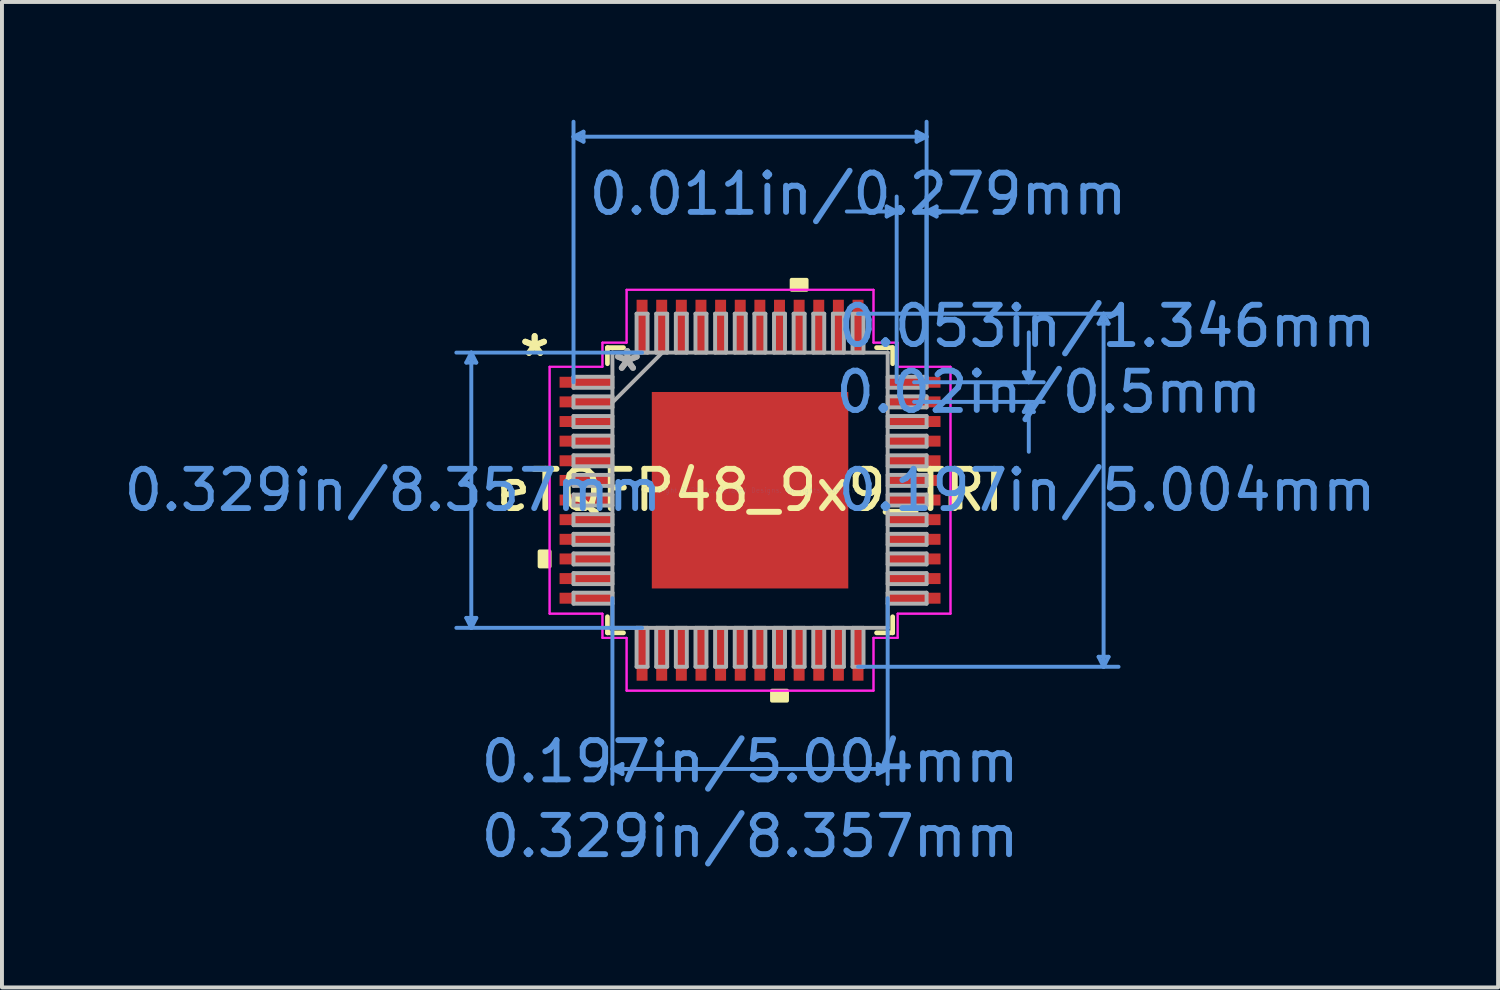
<source format=kicad_pcb>
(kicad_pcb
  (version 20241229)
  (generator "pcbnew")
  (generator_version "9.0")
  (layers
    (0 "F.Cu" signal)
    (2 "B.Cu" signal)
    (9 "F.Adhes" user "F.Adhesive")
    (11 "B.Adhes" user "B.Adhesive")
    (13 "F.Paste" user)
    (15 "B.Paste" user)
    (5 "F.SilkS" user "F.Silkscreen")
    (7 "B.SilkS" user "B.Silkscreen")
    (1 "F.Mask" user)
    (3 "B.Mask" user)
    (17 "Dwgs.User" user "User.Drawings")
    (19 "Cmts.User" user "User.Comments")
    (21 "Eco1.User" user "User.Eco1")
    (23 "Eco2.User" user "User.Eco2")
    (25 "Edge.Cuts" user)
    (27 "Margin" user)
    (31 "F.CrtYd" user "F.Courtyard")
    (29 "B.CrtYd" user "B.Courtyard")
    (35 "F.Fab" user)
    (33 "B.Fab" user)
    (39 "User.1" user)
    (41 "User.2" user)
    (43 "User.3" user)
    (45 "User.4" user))
  (footprint "eTQFP48_9x9_TRI"
    (layer "F.Cu")
    (at 16.052 9.435)
    (property "Reference" "eTQFP48_9x9_TRI" (at 0 0 0) (layer "F.SilkS") (effects (font (size 1 1) (thickness 0.15))))
    (attr through_hole)
    (fp_line (start -3.632 -3.632) (end -3.632 -3.222) (stroke (width 0.12) (type solid)) (layer "F.SilkS"))
    (fp_line (start -3.632 3.222) (end -3.632 3.632) (stroke (width 0.12) (type solid)) (layer "F.SilkS"))
    (fp_line (start -3.632 3.632) (end -3.222 3.632) (stroke (width 0.12) (type solid)) (layer "F.SilkS"))
    (fp_line (start -3.222 -3.632) (end -3.632 -3.632) (stroke (width 0.12) (type solid)) (layer "F.SilkS"))
    (fp_line (start 3.222 3.632) (end 3.632 3.632) (stroke (width 0.12) (type solid)) (layer "F.SilkS"))
    (fp_line (start 3.632 -3.632) (end 3.222 -3.632) (stroke (width 0.12) (type solid)) (layer "F.SilkS"))
    (fp_line (start 3.632 -3.222) (end 3.632 -3.632) (stroke (width 0.12) (type solid)) (layer "F.SilkS"))
    (fp_line (start 3.632 3.632) (end 3.632 3.222) (stroke (width 0.12) (type solid)) (layer "F.SilkS"))
    (fp_poly (pts (xy -5.359 1.559) (xy -5.359 1.94) (xy -5.105 1.94) (xy -5.105 1.559)) (stroke (width 0.1) (type solid)) (fill yes) (layer "F.SilkS"))
    (fp_poly (pts (xy 0.56 5.105) (xy 0.56 5.359) (xy 0.941 5.359) (xy 0.941 5.105)) (stroke (width 0.1) (type solid)) (fill yes) (layer "F.SilkS"))
    (fp_poly (pts (xy 1.06 -5.105) (xy 1.06 -5.359) (xy 1.44 -5.359) (xy 1.44 -5.105)) (stroke (width 0.1) (type solid)) (fill yes) (layer "F.SilkS"))
    (fp_poly (pts (xy 5.359 0.059) (xy 5.359 0.441) (xy 5.105 0.441) (xy 5.105 0.059)) (stroke (width 0.1) (type solid)) (fill yes) (layer "F.SilkS"))
    (fp_poly (pts (xy -2.402 -2.402) (xy -2.402 -0.934) (xy -0.934 -0.934) (xy -0.934 -2.402)) (stroke (width 0.1) (type solid)) (fill yes) (layer "F.Paste"))
    (fp_poly (pts (xy -2.402 -0.734) (xy -2.402 0.734) (xy -0.934 0.734) (xy -0.934 -0.734)) (stroke (width 0.1) (type solid)) (fill yes) (layer "F.Paste"))
    (fp_poly (pts (xy -2.402 0.934) (xy -2.402 2.402) (xy -0.934 2.402) (xy -0.934 0.934)) (stroke (width 0.1) (type solid)) (fill yes) (layer "F.Paste"))
    (fp_poly (pts (xy -0.734 -2.402) (xy -0.734 -0.934) (xy 0.734 -0.934) (xy 0.734 -2.402)) (stroke (width 0.1) (type solid)) (fill yes) (layer "F.Paste"))
    (fp_poly (pts (xy -0.734 -0.734) (xy -0.734 0.734) (xy 0.734 0.734) (xy 0.734 -0.734)) (stroke (width 0.1) (type solid)) (fill yes) (layer "F.Paste"))
    (fp_poly (pts (xy -0.734 0.934) (xy -0.734 2.402) (xy 0.734 2.402) (xy 0.734 0.934)) (stroke (width 0.1) (type solid)) (fill yes) (layer "F.Paste"))
    (fp_poly (pts (xy 0.934 -2.402) (xy 0.934 -0.934) (xy 2.402 -0.934) (xy 2.402 -2.402)) (stroke (width 0.1) (type solid)) (fill yes) (layer "F.Paste"))
    (fp_poly (pts (xy 0.934 -0.734) (xy 0.934 0.734) (xy 2.402 0.734) (xy 2.402 -0.734)) (stroke (width 0.1) (type solid)) (fill yes) (layer "F.Paste"))
    (fp_poly (pts (xy 0.934 0.934) (xy 0.934 2.402) (xy 2.402 2.402) (xy 2.402 0.934)) (stroke (width 0.1) (type solid)) (fill yes) (layer "F.Paste"))
    (fp_line (start -7.226 -3.251) (end -6.972 -3.251) (stroke (width 0.1) (type solid)) (layer "Cmts.User"))
    (fp_line (start -7.226 3.251) (end -6.972 3.251) (stroke (width 0.1) (type solid)) (layer "Cmts.User"))
    (fp_line (start -7.099 -3.505) (end -7.226 -3.251) (stroke (width 0.1) (type solid)) (layer "Cmts.User"))
    (fp_line (start -7.099 -3.505) (end -7.099 3.505) (stroke (width 0.1) (type solid)) (layer "Cmts.User"))
    (fp_line (start -7.099 -3.505) (end -6.972 -3.251) (stroke (width 0.1) (type solid)) (layer "Cmts.User"))
    (fp_line (start -7.099 3.505) (end -7.226 3.251) (stroke (width 0.1) (type solid)) (layer "Cmts.User"))
    (fp_line (start -7.099 3.505) (end -6.972 3.251) (stroke (width 0.1) (type solid)) (layer "Cmts.User"))
    (fp_line (start -4.496 -9.004) (end -4.242 -9.131) (stroke (width 0.1) (type solid)) (layer "Cmts.User"))
    (fp_line (start -4.496 -9.004) (end -4.242 -8.877) (stroke (width 0.1) (type solid)) (layer "Cmts.User"))
    (fp_line (start -4.496 -9.004) (end 4.496 -9.004) (stroke (width 0.1) (type solid)) (layer "Cmts.User"))
    (fp_line (start -4.496 -2.75) (end -4.496 -9.385) (stroke (width 0.1) (type solid)) (layer "Cmts.User"))
    (fp_line (start -4.242 -9.131) (end -4.242 -8.877) (stroke (width 0.1) (type solid)) (layer "Cmts.User"))
    (fp_line (start -3.505 2.75) (end -3.505 7.48) (stroke (width 0.1) (type solid)) (layer "Cmts.User"))
    (fp_line (start -3.505 7.099) (end -3.251 6.972) (stroke (width 0.1) (type solid)) (layer "Cmts.User"))
    (fp_line (start -3.505 7.099) (end -3.251 7.226) (stroke (width 0.1) (type solid)) (layer "Cmts.User"))
    (fp_line (start -3.505 7.099) (end 3.505 7.099) (stroke (width 0.1) (type solid)) (layer "Cmts.User"))
    (fp_line (start -3.251 6.972) (end -3.251 7.226) (stroke (width 0.1) (type solid)) (layer "Cmts.User"))
    (fp_line (start -2.75 -3.505) (end -7.48 -3.505) (stroke (width 0.1) (type solid)) (layer "Cmts.User"))
    (fp_line (start -2.75 3.505) (end -7.48 3.505) (stroke (width 0.1) (type solid)) (layer "Cmts.User"))
    (fp_line (start 2.75 -4.496) (end 9.385 -4.496) (stroke (width 0.1) (type solid)) (layer "Cmts.User"))
    (fp_line (start 2.75 4.496) (end 9.385 4.496) (stroke (width 0.1) (type solid)) (layer "Cmts.User"))
    (fp_line (start 3.251 6.972) (end 3.251 7.226) (stroke (width 0.1) (type solid)) (layer "Cmts.User"))
    (fp_line (start 3.48 -7.226) (end 3.48 -6.972) (stroke (width 0.1) (type solid)) (layer "Cmts.User"))
    (fp_line (start 3.505 2.75) (end 3.505 7.48) (stroke (width 0.1) (type solid)) (layer "Cmts.User"))
    (fp_line (start 3.505 7.099) (end 3.251 6.972) (stroke (width 0.1) (type solid)) (layer "Cmts.User"))
    (fp_line (start 3.505 7.099) (end 3.251 7.226) (stroke (width 0.1) (type solid)) (layer "Cmts.User"))
    (fp_line (start 3.734 -7.099) (end 2.464 -7.099) (stroke (width 0.1) (type solid)) (layer "Cmts.User"))
    (fp_line (start 3.734 -7.099) (end 3.48 -7.226) (stroke (width 0.1) (type solid)) (layer "Cmts.User"))
    (fp_line (start 3.734 -7.099) (end 3.48 -6.972) (stroke (width 0.1) (type solid)) (layer "Cmts.User"))
    (fp_line (start 3.734 -2.75) (end 3.734 -7.48) (stroke (width 0.1) (type solid)) (layer "Cmts.User"))
    (fp_line (start 4.178 -2.75) (end 7.48 -2.75) (stroke (width 0.1) (type solid)) (layer "Cmts.User"))
    (fp_line (start 4.178 -2.25) (end 7.48 -2.25) (stroke (width 0.1) (type solid)) (layer "Cmts.User"))
    (fp_line (start 4.242 -9.131) (end 4.242 -8.877) (stroke (width 0.1) (type solid)) (layer "Cmts.User"))
    (fp_line (start 4.496 -9.004) (end 4.242 -9.131) (stroke (width 0.1) (type solid)) (layer "Cmts.User"))
    (fp_line (start 4.496 -9.004) (end 4.242 -8.877) (stroke (width 0.1) (type solid)) (layer "Cmts.User"))
    (fp_line (start 4.496 -7.099) (end 4.75 -7.226) (stroke (width 0.1) (type solid)) (layer "Cmts.User"))
    (fp_line (start 4.496 -7.099) (end 4.75 -6.972) (stroke (width 0.1) (type solid)) (layer "Cmts.User"))
    (fp_line (start 4.496 -7.099) (end 5.766 -7.099) (stroke (width 0.1) (type solid)) (layer "Cmts.User"))
    (fp_line (start 4.496 -2.75) (end 4.496 -9.385) (stroke (width 0.1) (type solid)) (layer "Cmts.User"))
    (fp_line (start 4.496 -2.75) (end 4.496 -7.48) (stroke (width 0.1) (type solid)) (layer "Cmts.User"))
    (fp_line (start 4.75 -7.226) (end 4.75 -6.972) (stroke (width 0.1) (type solid)) (layer "Cmts.User"))
    (fp_line (start 6.972 -3.004) (end 7.226 -3.004) (stroke (width 0.1) (type solid)) (layer "Cmts.User"))
    (fp_line (start 6.972 -1.996) (end 7.226 -1.996) (stroke (width 0.1) (type solid)) (layer "Cmts.User"))
    (fp_line (start 7.099 -2.75) (end 6.972 -3.004) (stroke (width 0.1) (type solid)) (layer "Cmts.User"))
    (fp_line (start 7.099 -2.75) (end 7.099 -4.02) (stroke (width 0.1) (type solid)) (layer "Cmts.User"))
    (fp_line (start 7.099 -2.75) (end 7.226 -3.004) (stroke (width 0.1) (type solid)) (layer "Cmts.User"))
    (fp_line (start 7.099 -2.25) (end 6.972 -1.996) (stroke (width 0.1) (type solid)) (layer "Cmts.User"))
    (fp_line (start 7.099 -2.25) (end 7.099 -0.98) (stroke (width 0.1) (type solid)) (layer "Cmts.User"))
    (fp_line (start 7.099 -2.25) (end 7.226 -1.996) (stroke (width 0.1) (type solid)) (layer "Cmts.User"))
    (fp_line (start 8.877 -4.242) (end 9.131 -4.242) (stroke (width 0.1) (type solid)) (layer "Cmts.User"))
    (fp_line (start 8.877 4.242) (end 9.131 4.242) (stroke (width 0.1) (type solid)) (layer "Cmts.User"))
    (fp_line (start 9.004 -4.496) (end 8.877 -4.242) (stroke (width 0.1) (type solid)) (layer "Cmts.User"))
    (fp_line (start 9.004 -4.496) (end 9.004 4.496) (stroke (width 0.1) (type solid)) (layer "Cmts.User"))
    (fp_line (start 9.004 -4.496) (end 9.131 -4.242) (stroke (width 0.1) (type solid)) (layer "Cmts.User"))
    (fp_line (start 9.004 4.496) (end 8.877 4.242) (stroke (width 0.1) (type solid)) (layer "Cmts.User"))
    (fp_line (start 9.004 4.496) (end 9.131 4.242) (stroke (width 0.1) (type solid)) (layer "Cmts.User"))
    (fp_line (start -5.105 -3.144) (end -3.759 -3.144) (stroke (width 0.05) (type solid)) (layer "F.CrtYd"))
    (fp_line (start -5.105 -3.144) (end -3.759 -3.144) (stroke (width 0.05) (type solid)) (layer "F.CrtYd"))
    (fp_line (start -5.105 3.144) (end -5.105 -3.144) (stroke (width 0.05) (type solid)) (layer "F.CrtYd"))
    (fp_line (start -5.105 3.144) (end -5.105 -3.144) (stroke (width 0.05) (type solid)) (layer "F.CrtYd"))
    (fp_line (start -3.759 -3.759) (end -3.144 -3.759) (stroke (width 0.05) (type solid)) (layer "F.CrtYd"))
    (fp_line (start -3.759 -3.759) (end -3.144 -3.759) (stroke (width 0.05) (type solid)) (layer "F.CrtYd"))
    (fp_line (start -3.759 -3.144) (end -3.759 -3.759) (stroke (width 0.05) (type solid)) (layer "F.CrtYd"))
    (fp_line (start -3.759 -3.144) (end -3.759 -3.759) (stroke (width 0.05) (type solid)) (layer "F.CrtYd"))
    (fp_line (start -3.759 3.144) (end -5.105 3.144) (stroke (width 0.05) (type solid)) (layer "F.CrtYd"))
    (fp_line (start -3.759 3.144) (end -5.105 3.144) (stroke (width 0.05) (type solid)) (layer "F.CrtYd"))
    (fp_line (start -3.759 3.759) (end -3.759 3.144) (stroke (width 0.05) (type solid)) (layer "F.CrtYd"))
    (fp_line (start -3.759 3.759) (end -3.759 3.144) (stroke (width 0.05) (type solid)) (layer "F.CrtYd"))
    (fp_line (start -3.759 3.759) (end -3.144 3.759) (stroke (width 0.05) (type solid)) (layer "F.CrtYd"))
    (fp_line (start -3.144 -5.105) (end 3.144 -5.105) (stroke (width 0.05) (type solid)) (layer "F.CrtYd"))
    (fp_line (start -3.144 -5.105) (end 3.144 -5.105) (stroke (width 0.05) (type solid)) (layer "F.CrtYd"))
    (fp_line (start -3.144 -3.759) (end -3.144 -5.105) (stroke (width 0.05) (type solid)) (layer "F.CrtYd"))
    (fp_line (start -3.144 -3.759) (end -3.144 -5.105) (stroke (width 0.05) (type solid)) (layer "F.CrtYd"))
    (fp_line (start -3.144 3.759) (end -3.759 3.759) (stroke (width 0.05) (type solid)) (layer "F.CrtYd"))
    (fp_line (start -3.144 3.759) (end -3.144 5.105) (stroke (width 0.05) (type solid)) (layer "F.CrtYd"))
    (fp_line (start -3.144 5.105) (end -3.144 3.759) (stroke (width 0.05) (type solid)) (layer "F.CrtYd"))
    (fp_line (start -3.144 5.105) (end 3.144 5.105) (stroke (width 0.05) (type solid)) (layer "F.CrtYd"))
    (fp_line (start 3.144 -5.105) (end 3.144 -3.759) (stroke (width 0.05) (type solid)) (layer "F.CrtYd"))
    (fp_line (start 3.144 -5.105) (end 3.144 -3.759) (stroke (width 0.05) (type solid)) (layer "F.CrtYd"))
    (fp_line (start 3.144 -3.759) (end 3.759 -3.759) (stroke (width 0.05) (type solid)) (layer "F.CrtYd"))
    (fp_line (start 3.144 -3.759) (end 3.759 -3.759) (stroke (width 0.05) (type solid)) (layer "F.CrtYd"))
    (fp_line (start 3.144 3.759) (end 3.144 5.105) (stroke (width 0.05) (type solid)) (layer "F.CrtYd"))
    (fp_line (start 3.144 3.759) (end 3.759 3.759) (stroke (width 0.05) (type solid)) (layer "F.CrtYd"))
    (fp_line (start 3.144 5.105) (end -3.144 5.105) (stroke (width 0.05) (type solid)) (layer "F.CrtYd"))
    (fp_line (start 3.144 5.105) (end 3.144 3.759) (stroke (width 0.05) (type solid)) (layer "F.CrtYd"))
    (fp_line (start 3.759 -3.759) (end 3.759 -3.144) (stroke (width 0.05) (type solid)) (layer "F.CrtYd"))
    (fp_line (start 3.759 -3.144) (end 3.759 -3.759) (stroke (width 0.05) (type solid)) (layer "F.CrtYd"))
    (fp_line (start 3.759 -3.144) (end 5.105 -3.144) (stroke (width 0.05) (type solid)) (layer "F.CrtYd"))
    (fp_line (start 3.759 3.144) (end 3.759 3.759) (stroke (width 0.05) (type solid)) (layer "F.CrtYd"))
    (fp_line (start 3.759 3.144) (end 5.105 3.144) (stroke (width 0.05) (type solid)) (layer "F.CrtYd"))
    (fp_line (start 3.759 3.759) (end 3.144 3.759) (stroke (width 0.05) (type solid)) (layer "F.CrtYd"))
    (fp_line (start 3.759 3.759) (end 3.759 3.144) (stroke (width 0.05) (type solid)) (layer "F.CrtYd"))
    (fp_line (start 5.105 -3.144) (end 3.759 -3.144) (stroke (width 0.05) (type solid)) (layer "F.CrtYd"))
    (fp_line (start 5.105 -3.144) (end 5.105 3.144) (stroke (width 0.05) (type solid)) (layer "F.CrtYd"))
    (fp_line (start 5.105 3.144) (end 3.759 3.144) (stroke (width 0.05) (type solid)) (layer "F.CrtYd"))
    (fp_line (start 5.105 3.144) (end 5.105 -3.144) (stroke (width 0.05) (type solid)) (layer "F.CrtYd"))
    (fp_line (start -4.496 -2.89) (end -4.496 -2.61) (stroke (width 0.1) (type solid)) (layer "F.Fab"))
    (fp_line (start -4.496 -2.61) (end -3.505 -2.61) (stroke (width 0.1) (type solid)) (layer "F.Fab"))
    (fp_line (start -4.496 -2.39) (end -4.496 -2.11) (stroke (width 0.1) (type solid)) (layer "F.Fab"))
    (fp_line (start -4.496 -2.11) (end -3.505 -2.11) (stroke (width 0.1) (type solid)) (layer "F.Fab"))
    (fp_line (start -4.496 -1.89) (end -4.496 -1.61) (stroke (width 0.1) (type solid)) (layer "F.Fab"))
    (fp_line (start -4.496 -1.61) (end -3.505 -1.61) (stroke (width 0.1) (type solid)) (layer "F.Fab"))
    (fp_line (start -4.496 -1.39) (end -4.496 -1.11) (stroke (width 0.1) (type solid)) (layer "F.Fab"))
    (fp_line (start -4.496 -1.11) (end -3.505 -1.11) (stroke (width 0.1) (type solid)) (layer "F.Fab"))
    (fp_line (start -4.496 -0.89) (end -4.496 -0.61) (stroke (width 0.1) (type solid)) (layer "F.Fab"))
    (fp_line (start -4.496 -0.61) (end -3.505 -0.61) (stroke (width 0.1) (type solid)) (layer "F.Fab"))
    (fp_line (start -4.496 -0.39) (end -4.496 -0.11) (stroke (width 0.1) (type solid)) (layer "F.Fab"))
    (fp_line (start -4.496 -0.11) (end -3.505 -0.11) (stroke (width 0.1) (type solid)) (layer "F.Fab"))
    (fp_line (start -4.496 0.11) (end -4.496 0.39) (stroke (width 0.1) (type solid)) (layer "F.Fab"))
    (fp_line (start -4.496 0.39) (end -3.505 0.39) (stroke (width 0.1) (type solid)) (layer "F.Fab"))
    (fp_line (start -4.496 0.61) (end -4.496 0.89) (stroke (width 0.1) (type solid)) (layer "F.Fab"))
    (fp_line (start -4.496 0.89) (end -3.505 0.89) (stroke (width 0.1) (type solid)) (layer "F.Fab"))
    (fp_line (start -4.496 1.11) (end -4.496 1.39) (stroke (width 0.1) (type solid)) (layer "F.Fab"))
    (fp_line (start -4.496 1.39) (end -3.505 1.39) (stroke (width 0.1) (type solid)) (layer "F.Fab"))
    (fp_line (start -4.496 1.61) (end -4.496 1.89) (stroke (width 0.1) (type solid)) (layer "F.Fab"))
    (fp_line (start -4.496 1.89) (end -3.505 1.89) (stroke (width 0.1) (type solid)) (layer "F.Fab"))
    (fp_line (start -4.496 2.11) (end -4.496 2.39) (stroke (width 0.1) (type solid)) (layer "F.Fab"))
    (fp_line (start -4.496 2.39) (end -3.505 2.39) (stroke (width 0.1) (type solid)) (layer "F.Fab"))
    (fp_line (start -4.496 2.61) (end -4.496 2.89) (stroke (width 0.1) (type solid)) (layer "F.Fab"))
    (fp_line (start -4.496 2.89) (end -3.505 2.89) (stroke (width 0.1) (type solid)) (layer "F.Fab"))
    (fp_line (start -3.505 -3.505) (end -3.505 -3.505) (stroke (width 0.1) (type solid)) (layer "F.Fab"))
    (fp_line (start -3.505 -3.505) (end -3.505 3.505) (stroke (width 0.1) (type solid)) (layer "F.Fab"))
    (fp_line (start -3.505 -2.89) (end -4.496 -2.89) (stroke (width 0.1) (type solid)) (layer "F.Fab"))
    (fp_line (start -3.505 -2.61) (end -3.505 -2.89) (stroke (width 0.1) (type solid)) (layer "F.Fab"))
    (fp_line (start -3.505 -2.39) (end -4.496 -2.39) (stroke (width 0.1) (type solid)) (layer "F.Fab"))
    (fp_line (start -3.505 -2.235) (end -2.235 -3.505) (stroke (width 0.1) (type solid)) (layer "F.Fab"))
    (fp_line (start -3.505 -2.11) (end -3.505 -2.39) (stroke (width 0.1) (type solid)) (layer "F.Fab"))
    (fp_line (start -3.505 -1.89) (end -4.496 -1.89) (stroke (width 0.1) (type solid)) (layer "F.Fab"))
    (fp_line (start -3.505 -1.61) (end -3.505 -1.89) (stroke (width 0.1) (type solid)) (layer "F.Fab"))
    (fp_line (start -3.505 -1.39) (end -4.496 -1.39) (stroke (width 0.1) (type solid)) (layer "F.Fab"))
    (fp_line (start -3.505 -1.11) (end -3.505 -1.39) (stroke (width 0.1) (type solid)) (layer "F.Fab"))
    (fp_line (start -3.505 -0.89) (end -4.496 -0.89) (stroke (width 0.1) (type solid)) (layer "F.Fab"))
    (fp_line (start -3.505 -0.61) (end -3.505 -0.89) (stroke (width 0.1) (type solid)) (layer "F.Fab"))
    (fp_line (start -3.505 -0.39) (end -4.496 -0.39) (stroke (width 0.1) (type solid)) (layer "F.Fab"))
    (fp_line (start -3.505 -0.11) (end -3.505 -0.39) (stroke (width 0.1) (type solid)) (layer "F.Fab"))
    (fp_line (start -3.505 0.11) (end -4.496 0.11) (stroke (width 0.1) (type solid)) (layer "F.Fab"))
    (fp_line (start -3.505 0.39) (end -3.505 0.11) (stroke (width 0.1) (type solid)) (layer "F.Fab"))
    (fp_line (start -3.505 0.61) (end -4.496 0.61) (stroke (width 0.1) (type solid)) (layer "F.Fab"))
    (fp_line (start -3.505 0.89) (end -3.505 0.61) (stroke (width 0.1) (type solid)) (layer "F.Fab"))
    (fp_line (start -3.505 1.11) (end -4.496 1.11) (stroke (width 0.1) (type solid)) (layer "F.Fab"))
    (fp_line (start -3.505 1.39) (end -3.505 1.11) (stroke (width 0.1) (type solid)) (layer "F.Fab"))
    (fp_line (start -3.505 1.61) (end -4.496 1.61) (stroke (width 0.1) (type solid)) (layer "F.Fab"))
    (fp_line (start -3.505 1.89) (end -3.505 1.61) (stroke (width 0.1) (type solid)) (layer "F.Fab"))
    (fp_line (start -3.505 2.11) (end -4.496 2.11) (stroke (width 0.1) (type solid)) (layer "F.Fab"))
    (fp_line (start -3.505 2.39) (end -3.505 2.11) (stroke (width 0.1) (type solid)) (layer "F.Fab"))
    (fp_line (start -3.505 2.61) (end -4.496 2.61) (stroke (width 0.1) (type solid)) (layer "F.Fab"))
    (fp_line (start -3.505 2.89) (end -3.505 2.61) (stroke (width 0.1) (type solid)) (layer "F.Fab"))
    (fp_line (start -3.505 3.505) (end -3.505 3.505) (stroke (width 0.1) (type solid)) (layer "F.Fab"))
    (fp_line (start -3.505 3.505) (end 3.505 3.505) (stroke (width 0.1) (type solid)) (layer "F.Fab"))
    (fp_line (start -2.89 -4.496) (end -2.89 -3.505) (stroke (width 0.1) (type solid)) (layer "F.Fab"))
    (fp_line (start -2.89 -3.505) (end -2.61 -3.505) (stroke (width 0.1) (type solid)) (layer "F.Fab"))
    (fp_line (start -2.89 3.505) (end -2.89 4.496) (stroke (width 0.1) (type solid)) (layer "F.Fab"))
    (fp_line (start -2.89 4.496) (end -2.61 4.496) (stroke (width 0.1) (type solid)) (layer "F.Fab"))
    (fp_line (start -2.61 -4.496) (end -2.89 -4.496) (stroke (width 0.1) (type solid)) (layer "F.Fab"))
    (fp_line (start -2.61 -3.505) (end -2.61 -4.496) (stroke (width 0.1) (type solid)) (layer "F.Fab"))
    (fp_line (start -2.61 3.505) (end -2.89 3.505) (stroke (width 0.1) (type solid)) (layer "F.Fab"))
    (fp_line (start -2.61 4.496) (end -2.61 3.505) (stroke (width 0.1) (type solid)) (layer "F.Fab"))
    (fp_line (start -2.39 -4.496) (end -2.39 -3.505) (stroke (width 0.1) (type solid)) (layer "F.Fab"))
    (fp_line (start -2.39 -3.505) (end -2.11 -3.505) (stroke (width 0.1) (type solid)) (layer "F.Fab"))
    (fp_line (start -2.39 3.505) (end -2.39 4.496) (stroke (width 0.1) (type solid)) (layer "F.Fab"))
    (fp_line (start -2.39 4.496) (end -2.11 4.496) (stroke (width 0.1) (type solid)) (layer "F.Fab"))
    (fp_line (start -2.11 -4.496) (end -2.39 -4.496) (stroke (width 0.1) (type solid)) (layer "F.Fab"))
    (fp_line (start -2.11 -3.505) (end -2.11 -4.496) (stroke (width 0.1) (type solid)) (layer "F.Fab"))
    (fp_line (start -2.11 3.505) (end -2.39 3.505) (stroke (width 0.1) (type solid)) (layer "F.Fab"))
    (fp_line (start -2.11 4.496) (end -2.11 3.505) (stroke (width 0.1) (type solid)) (layer "F.Fab"))
    (fp_line (start -1.89 -4.496) (end -1.89 -3.505) (stroke (width 0.1) (type solid)) (layer "F.Fab"))
    (fp_line (start -1.89 -3.505) (end -1.61 -3.505) (stroke (width 0.1) (type solid)) (layer "F.Fab"))
    (fp_line (start -1.89 3.505) (end -1.89 4.496) (stroke (width 0.1) (type solid)) (layer "F.Fab"))
    (fp_line (start -1.89 4.496) (end -1.61 4.496) (stroke (width 0.1) (type solid)) (layer "F.Fab"))
    (fp_line (start -1.61 -4.496) (end -1.89 -4.496) (stroke (width 0.1) (type solid)) (layer "F.Fab"))
    (fp_line (start -1.61 -3.505) (end -1.61 -4.496) (stroke (width 0.1) (type solid)) (layer "F.Fab"))
    (fp_line (start -1.61 3.505) (end -1.89 3.505) (stroke (width 0.1) (type solid)) (layer "F.Fab"))
    (fp_line (start -1.61 4.496) (end -1.61 3.505) (stroke (width 0.1) (type solid)) (layer "F.Fab"))
    (fp_line (start -1.39 -4.496) (end -1.39 -3.505) (stroke (width 0.1) (type solid)) (layer "F.Fab"))
    (fp_line (start -1.39 -3.505) (end -1.11 -3.505) (stroke (width 0.1) (type solid)) (layer "F.Fab"))
    (fp_line (start -1.39 3.505) (end -1.39 4.496) (stroke (width 0.1) (type solid)) (layer "F.Fab"))
    (fp_line (start -1.39 4.496) (end -1.11 4.496) (stroke (width 0.1) (type solid)) (layer "F.Fab"))
    (fp_line (start -1.11 -4.496) (end -1.39 -4.496) (stroke (width 0.1) (type solid)) (layer "F.Fab"))
    (fp_line (start -1.11 -3.505) (end -1.11 -4.496) (stroke (width 0.1) (type solid)) (layer "F.Fab"))
    (fp_line (start -1.11 3.505) (end -1.39 3.505) (stroke (width 0.1) (type solid)) (layer "F.Fab"))
    (fp_line (start -1.11 4.496) (end -1.11 3.505) (stroke (width 0.1) (type solid)) (layer "F.Fab"))
    (fp_line (start -0.89 -4.496) (end -0.89 -3.505) (stroke (width 0.1) (type solid)) (layer "F.Fab"))
    (fp_line (start -0.89 -3.505) (end -0.61 -3.505) (stroke (width 0.1) (type solid)) (layer "F.Fab"))
    (fp_line (start -0.89 3.505) (end -0.89 4.496) (stroke (width 0.1) (type solid)) (layer "F.Fab"))
    (fp_line (start -0.89 4.496) (end -0.61 4.496) (stroke (width 0.1) (type solid)) (layer "F.Fab"))
    (fp_line (start -0.61 -4.496) (end -0.89 -4.496) (stroke (width 0.1) (type solid)) (layer "F.Fab"))
    (fp_line (start -0.61 -3.505) (end -0.61 -4.496) (stroke (width 0.1) (type solid)) (layer "F.Fab"))
    (fp_line (start -0.61 3.505) (end -0.89 3.505) (stroke (width 0.1) (type solid)) (layer "F.Fab"))
    (fp_line (start -0.61 4.496) (end -0.61 3.505) (stroke (width 0.1) (type solid)) (layer "F.Fab"))
    (fp_line (start -0.39 -4.496) (end -0.39 -3.505) (stroke (width 0.1) (type solid)) (layer "F.Fab"))
    (fp_line (start -0.39 -3.505) (end -0.11 -3.505) (stroke (width 0.1) (type solid)) (layer "F.Fab"))
    (fp_line (start -0.39 3.505) (end -0.39 4.496) (stroke (width 0.1) (type solid)) (layer "F.Fab"))
    (fp_line (start -0.39 4.496) (end -0.11 4.496) (stroke (width 0.1) (type solid)) (layer "F.Fab"))
    (fp_line (start -0.11 -4.496) (end -0.39 -4.496) (stroke (width 0.1) (type solid)) (layer "F.Fab"))
    (fp_line (start -0.11 -3.505) (end -0.11 -4.496) (stroke (width 0.1) (type solid)) (layer "F.Fab"))
    (fp_line (start -0.11 3.505) (end -0.39 3.505) (stroke (width 0.1) (type solid)) (layer "F.Fab"))
    (fp_line (start -0.11 4.496) (end -0.11 3.505) (stroke (width 0.1) (type solid)) (layer "F.Fab"))
    (fp_line (start 0.11 -4.496) (end 0.11 -3.505) (stroke (width 0.1) (type solid)) (layer "F.Fab"))
    (fp_line (start 0.11 -3.505) (end 0.39 -3.505) (stroke (width 0.1) (type solid)) (layer "F.Fab"))
    (fp_line (start 0.11 3.505) (end 0.11 4.496) (stroke (width 0.1) (type solid)) (layer "F.Fab"))
    (fp_line (start 0.11 4.496) (end 0.39 4.496) (stroke (width 0.1) (type solid)) (layer "F.Fab"))
    (fp_line (start 0.39 -4.496) (end 0.11 -4.496) (stroke (width 0.1) (type solid)) (layer "F.Fab"))
    (fp_line (start 0.39 -3.505) (end 0.39 -4.496) (stroke (width 0.1) (type solid)) (layer "F.Fab"))
    (fp_line (start 0.39 3.505) (end 0.11 3.505) (stroke (width 0.1) (type solid)) (layer "F.Fab"))
    (fp_line (start 0.39 4.496) (end 0.39 3.505) (stroke (width 0.1) (type solid)) (layer "F.Fab"))
    (fp_line (start 0.61 -4.496) (end 0.61 -3.505) (stroke (width 0.1) (type solid)) (layer "F.Fab"))
    (fp_line (start 0.61 -3.505) (end 0.89 -3.505) (stroke (width 0.1) (type solid)) (layer "F.Fab"))
    (fp_line (start 0.61 3.505) (end 0.61 4.496) (stroke (width 0.1) (type solid)) (layer "F.Fab"))
    (fp_line (start 0.61 4.496) (end 0.89 4.496) (stroke (width 0.1) (type solid)) (layer "F.Fab"))
    (fp_line (start 0.89 -4.496) (end 0.61 -4.496) (stroke (width 0.1) (type solid)) (layer "F.Fab"))
    (fp_line (start 0.89 -3.505) (end 0.89 -4.496) (stroke (width 0.1) (type solid)) (layer "F.Fab"))
    (fp_line (start 0.89 3.505) (end 0.61 3.505) (stroke (width 0.1) (type solid)) (layer "F.Fab"))
    (fp_line (start 0.89 4.496) (end 0.89 3.505) (stroke (width 0.1) (type solid)) (layer "F.Fab"))
    (fp_line (start 1.11 -4.496) (end 1.11 -3.505) (stroke (width 0.1) (type solid)) (layer "F.Fab"))
    (fp_line (start 1.11 -3.505) (end 1.39 -3.505) (stroke (width 0.1) (type solid)) (layer "F.Fab"))
    (fp_line (start 1.11 3.505) (end 1.11 4.496) (stroke (width 0.1) (type solid)) (layer "F.Fab"))
    (fp_line (start 1.11 4.496) (end 1.39 4.496) (stroke (width 0.1) (type solid)) (layer "F.Fab"))
    (fp_line (start 1.39 -4.496) (end 1.11 -4.496) (stroke (width 0.1) (type solid)) (layer "F.Fab"))
    (fp_line (start 1.39 -3.505) (end 1.39 -4.496) (stroke (width 0.1) (type solid)) (layer "F.Fab"))
    (fp_line (start 1.39 3.505) (end 1.11 3.505) (stroke (width 0.1) (type solid)) (layer "F.Fab"))
    (fp_line (start 1.39 4.496) (end 1.39 3.505) (stroke (width 0.1) (type solid)) (layer "F.Fab"))
    (fp_line (start 1.61 -4.496) (end 1.61 -3.505) (stroke (width 0.1) (type solid)) (layer "F.Fab"))
    (fp_line (start 1.61 -3.505) (end 1.89 -3.505) (stroke (width 0.1) (type solid)) (layer "F.Fab"))
    (fp_line (start 1.61 3.505) (end 1.61 4.496) (stroke (width 0.1) (type solid)) (layer "F.Fab"))
    (fp_line (start 1.61 4.496) (end 1.89 4.496) (stroke (width 0.1) (type solid)) (layer "F.Fab"))
    (fp_line (start 1.89 -4.496) (end 1.61 -4.496) (stroke (width 0.1) (type solid)) (layer "F.Fab"))
    (fp_line (start 1.89 -3.505) (end 1.89 -4.496) (stroke (width 0.1) (type solid)) (layer "F.Fab"))
    (fp_line (start 1.89 3.505) (end 1.61 3.505) (stroke (width 0.1) (type solid)) (layer "F.Fab"))
    (fp_line (start 1.89 4.496) (end 1.89 3.505) (stroke (width 0.1) (type solid)) (layer "F.Fab"))
    (fp_line (start 2.11 -4.496) (end 2.11 -3.505) (stroke (width 0.1) (type solid)) (layer "F.Fab"))
    (fp_line (start 2.11 -3.505) (end 2.39 -3.505) (stroke (width 0.1) (type solid)) (layer "F.Fab"))
    (fp_line (start 2.11 3.505) (end 2.11 4.496) (stroke (width 0.1) (type solid)) (layer "F.Fab"))
    (fp_line (start 2.11 4.496) (end 2.39 4.496) (stroke (width 0.1) (type solid)) (layer "F.Fab"))
    (fp_line (start 2.39 -4.496) (end 2.11 -4.496) (stroke (width 0.1) (type solid)) (layer "F.Fab"))
    (fp_line (start 2.39 -3.505) (end 2.39 -4.496) (stroke (width 0.1) (type solid)) (layer "F.Fab"))
    (fp_line (start 2.39 3.505) (end 2.11 3.505) (stroke (width 0.1) (type solid)) (layer "F.Fab"))
    (fp_line (start 2.39 4.496) (end 2.39 3.505) (stroke (width 0.1) (type solid)) (layer "F.Fab"))
    (fp_line (start 2.61 -4.496) (end 2.61 -3.505) (stroke (width 0.1) (type solid)) (layer "F.Fab"))
    (fp_line (start 2.61 -3.505) (end 2.89 -3.505) (stroke (width 0.1) (type solid)) (layer "F.Fab"))
    (fp_line (start 2.61 3.505) (end 2.61 4.496) (stroke (width 0.1) (type solid)) (layer "F.Fab"))
    (fp_line (start 2.61 4.496) (end 2.89 4.496) (stroke (width 0.1) (type solid)) (layer "F.Fab"))
    (fp_line (start 2.89 -4.496) (end 2.61 -4.496) (stroke (width 0.1) (type solid)) (layer "F.Fab"))
    (fp_line (start 2.89 -3.505) (end 2.89 -4.496) (stroke (width 0.1) (type solid)) (layer "F.Fab"))
    (fp_line (start 2.89 3.505) (end 2.61 3.505) (stroke (width 0.1) (type solid)) (layer "F.Fab"))
    (fp_line (start 2.89 4.496) (end 2.89 3.505) (stroke (width 0.1) (type solid)) (layer "F.Fab"))
    (fp_line (start 3.505 -3.505) (end -3.505 -3.505) (stroke (width 0.1) (type solid)) (layer "F.Fab"))
    (fp_line (start 3.505 -3.505) (end 3.505 -3.505) (stroke (width 0.1) (type solid)) (layer "F.Fab"))
    (fp_line (start 3.505 -2.89) (end 3.505 -2.61) (stroke (width 0.1) (type solid)) (layer "F.Fab"))
    (fp_line (start 3.505 -2.61) (end 4.496 -2.61) (stroke (width 0.1) (type solid)) (layer "F.Fab"))
    (fp_line (start 3.505 -2.39) (end 3.505 -2.11) (stroke (width 0.1) (type solid)) (layer "F.Fab"))
    (fp_line (start 3.505 -2.11) (end 4.496 -2.11) (stroke (width 0.1) (type solid)) (layer "F.Fab"))
    (fp_line (start 3.505 -1.89) (end 3.505 -1.61) (stroke (width 0.1) (type solid)) (layer "F.Fab"))
    (fp_line (start 3.505 -1.61) (end 4.496 -1.61) (stroke (width 0.1) (type solid)) (layer "F.Fab"))
    (fp_line (start 3.505 -1.39) (end 3.505 -1.11) (stroke (width 0.1) (type solid)) (layer "F.Fab"))
    (fp_line (start 3.505 -1.11) (end 4.496 -1.11) (stroke (width 0.1) (type solid)) (layer "F.Fab"))
    (fp_line (start 3.505 -0.89) (end 3.505 -0.61) (stroke (width 0.1) (type solid)) (layer "F.Fab"))
    (fp_line (start 3.505 -0.61) (end 4.496 -0.61) (stroke (width 0.1) (type solid)) (layer "F.Fab"))
    (fp_line (start 3.505 -0.39) (end 3.505 -0.11) (stroke (width 0.1) (type solid)) (layer "F.Fab"))
    (fp_line (start 3.505 -0.11) (end 4.496 -0.11) (stroke (width 0.1) (type solid)) (layer "F.Fab"))
    (fp_line (start 3.505 0.11) (end 3.505 0.39) (stroke (width 0.1) (type solid)) (layer "F.Fab"))
    (fp_line (start 3.505 0.39) (end 4.496 0.39) (stroke (width 0.1) (type solid)) (layer "F.Fab"))
    (fp_line (start 3.505 0.61) (end 3.505 0.89) (stroke (width 0.1) (type solid)) (layer "F.Fab"))
    (fp_line (start 3.505 0.89) (end 4.496 0.89) (stroke (width 0.1) (type solid)) (layer "F.Fab"))
    (fp_line (start 3.505 1.11) (end 3.505 1.39) (stroke (width 0.1) (type solid)) (layer "F.Fab"))
    (fp_line (start 3.505 1.39) (end 4.496 1.39) (stroke (width 0.1) (type solid)) (layer "F.Fab"))
    (fp_line (start 3.505 1.61) (end 3.505 1.89) (stroke (width 0.1) (type solid)) (layer "F.Fab"))
    (fp_line (start 3.505 1.89) (end 4.496 1.89) (stroke (width 0.1) (type solid)) (layer "F.Fab"))
    (fp_line (start 3.505 2.11) (end 3.505 2.39) (stroke (width 0.1) (type solid)) (layer "F.Fab"))
    (fp_line (start 3.505 2.39) (end 4.496 2.39) (stroke (width 0.1) (type solid)) (layer "F.Fab"))
    (fp_line (start 3.505 2.61) (end 3.505 2.89) (stroke (width 0.1) (type solid)) (layer "F.Fab"))
    (fp_line (start 3.505 2.89) (end 4.496 2.89) (stroke (width 0.1) (type solid)) (layer "F.Fab"))
    (fp_line (start 3.505 3.505) (end 3.505 -3.505) (stroke (width 0.1) (type solid)) (layer "F.Fab"))
    (fp_line (start 3.505 3.505) (end 3.505 3.505) (stroke (width 0.1) (type solid)) (layer "F.Fab"))
    (fp_line (start 4.496 -2.89) (end 3.505 -2.89) (stroke (width 0.1) (type solid)) (layer "F.Fab"))
    (fp_line (start 4.496 -2.61) (end 4.496 -2.89) (stroke (width 0.1) (type solid)) (layer "F.Fab"))
    (fp_line (start 4.496 -2.39) (end 3.505 -2.39) (stroke (width 0.1) (type solid)) (layer "F.Fab"))
    (fp_line (start 4.496 -2.11) (end 4.496 -2.39) (stroke (width 0.1) (type solid)) (layer "F.Fab"))
    (fp_line (start 4.496 -1.89) (end 3.505 -1.89) (stroke (width 0.1) (type solid)) (layer "F.Fab"))
    (fp_line (start 4.496 -1.61) (end 4.496 -1.89) (stroke (width 0.1) (type solid)) (layer "F.Fab"))
    (fp_line (start 4.496 -1.39) (end 3.505 -1.39) (stroke (width 0.1) (type solid)) (layer "F.Fab"))
    (fp_line (start 4.496 -1.11) (end 4.496 -1.39) (stroke (width 0.1) (type solid)) (layer "F.Fab"))
    (fp_line (start 4.496 -0.89) (end 3.505 -0.89) (stroke (width 0.1) (type solid)) (layer "F.Fab"))
    (fp_line (start 4.496 -0.61) (end 4.496 -0.89) (stroke (width 0.1) (type solid)) (layer "F.Fab"))
    (fp_line (start 4.496 -0.39) (end 3.505 -0.39) (stroke (width 0.1) (type solid)) (layer "F.Fab"))
    (fp_line (start 4.496 -0.11) (end 4.496 -0.39) (stroke (width 0.1) (type solid)) (layer "F.Fab"))
    (fp_line (start 4.496 0.11) (end 3.505 0.11) (stroke (width 0.1) (type solid)) (layer "F.Fab"))
    (fp_line (start 4.496 0.39) (end 4.496 0.11) (stroke (width 0.1) (type solid)) (layer "F.Fab"))
    (fp_line (start 4.496 0.61) (end 3.505 0.61) (stroke (width 0.1) (type solid)) (layer "F.Fab"))
    (fp_line (start 4.496 0.89) (end 4.496 0.61) (stroke (width 0.1) (type solid)) (layer "F.Fab"))
    (fp_line (start 4.496 1.11) (end 3.505 1.11) (stroke (width 0.1) (type solid)) (layer "F.Fab"))
    (fp_line (start 4.496 1.39) (end 4.496 1.11) (stroke (width 0.1) (type solid)) (layer "F.Fab"))
    (fp_line (start 4.496 1.61) (end 3.505 1.61) (stroke (width 0.1) (type solid)) (layer "F.Fab"))
    (fp_line (start 4.496 1.89) (end 4.496 1.61) (stroke (width 0.1) (type solid)) (layer "F.Fab"))
    (fp_line (start 4.496 2.11) (end 3.505 2.11) (stroke (width 0.1) (type solid)) (layer "F.Fab"))
    (fp_line (start 4.496 2.39) (end 4.496 2.11) (stroke (width 0.1) (type solid)) (layer "F.Fab"))
    (fp_line (start 4.496 2.61) (end 3.505 2.61) (stroke (width 0.1) (type solid)) (layer "F.Fab"))
    (fp_line (start 4.496 2.89) (end 4.496 2.61) (stroke (width 0.1) (type solid)) (layer "F.Fab"))
    (fp_text user "*" (at -5.486 -3.381 0) (layer "F.SilkS") (effects (font (size 1 1) (thickness 0.15))))
    (fp_text user "*" (at -5.486 -3.381 0) (layer "F.SilkS") (effects (font (size 1 1) (thickness 0.15))))
    (fp_text user "0.011in/0.279mm" (at 2.75 -7.544 0) (layer "Cmts.User") (effects (font (size 1 1) (thickness 0.15))))
    (fp_text user "0.197in/5.004mm" (at 9.093 0 0) (layer "Cmts.User") (effects (font (size 1 1) (thickness 0.15))))
    (fp_text user "0.197in/5.004mm" (at 0 6.909 0) (layer "Cmts.User") (effects (font (size 1 1) (thickness 0.15))))
    (fp_text user "0.329in/8.357mm" (at 0 8.814 0) (layer "Cmts.User") (effects (font (size 1 1) (thickness 0.15))))
    (fp_text user "0.02in/0.5mm" (at 7.607 -2.5 0) (layer "Cmts.User") (effects (font (size 1 1) (thickness 0.15))))
    (fp_text user "0.053in/1.346mm" (at 9.093 -4.178 0) (layer "Cmts.User") (effects (font (size 1 1) (thickness 0.15))))
    (fp_text user "Copyright 2021 Accelerated Designs. All rights reserved." (at 0 0 0) (layer "Cmts.User") (effects (font (size 0.127 0.127) (thickness 0.002))))
    (fp_text user "0.329in/8.357mm" (at -9.093 0 0) (layer "Cmts.User") (effects (font (size 1 1) (thickness 0.15))))
    (fp_text user "*" (at -3.124 -3 0) (layer "F.Fab") (effects (font (size 1 1) (thickness 0.15))))
    (fp_text user "*" (at -3.124 -3 0) (layer "F.Fab") (effects (font (size 1 1) (thickness 0.15))))
    (pad "1" smd rect (at -4.178 -2.75 90) (size 0.279 1.346) (layers "F.Cu" "F.Mask" "F.Paste"))
    (pad "2" smd rect (at -4.178 -2.25 90) (size 0.279 1.346) (layers "F.Cu" "F.Mask" "F.Paste"))
    (pad "3" smd rect (at -4.178 -1.75 90) (size 0.279 1.346) (layers "F.Cu" "F.Mask" "F.Paste"))
    (pad "4" smd rect (at -4.178 -1.25 90) (size 0.279 1.346) (layers "F.Cu" "F.Mask" "F.Paste"))
    (pad "5" smd rect (at -4.178 -0.75 90) (size 0.279 1.346) (layers "F.Cu" "F.Mask" "F.Paste"))
    (pad "6" smd rect (at -4.178 -0.25 90) (size 0.279 1.346) (layers "F.Cu" "F.Mask" "F.Paste"))
    (pad "7" smd rect (at -4.178 0.25 90) (size 0.279 1.346) (layers "F.Cu" "F.Mask" "F.Paste"))
    (pad "8" smd rect (at -4.178 0.75 90) (size 0.279 1.346) (layers "F.Cu" "F.Mask" "F.Paste"))
    (pad "9" smd rect (at -4.178 1.25 90) (size 0.279 1.346) (layers "F.Cu" "F.Mask" "F.Paste"))
    (pad "10" smd rect (at -4.178 1.75 90) (size 0.279 1.346) (layers "F.Cu" "F.Mask" "F.Paste"))
    (pad "11" smd rect (at -4.178 2.25 90) (size 0.279 1.346) (layers "F.Cu" "F.Mask" "F.Paste"))
    (pad "12" smd rect (at -4.178 2.75 90) (size 0.279 1.346) (layers "F.Cu" "F.Mask" "F.Paste"))
    (pad "13" smd rect (at -2.75 4.178) (size 0.279 1.346) (layers "F.Cu" "F.Mask" "F.Paste"))
    (pad "14" smd rect (at -2.25 4.178) (size 0.279 1.346) (layers "F.Cu" "F.Mask" "F.Paste"))
    (pad "15" smd rect (at -1.75 4.178) (size 0.279 1.346) (layers "F.Cu" "F.Mask" "F.Paste"))
    (pad "16" smd rect (at -1.25 4.178) (size 0.279 1.346) (layers "F.Cu" "F.Mask" "F.Paste"))
    (pad "17" smd rect (at -0.75 4.178) (size 0.279 1.346) (layers "F.Cu" "F.Mask" "F.Paste"))
    (pad "18" smd rect (at -0.25 4.178) (size 0.279 1.346) (layers "F.Cu" "F.Mask" "F.Paste"))
    (pad "19" smd rect (at 0.25 4.178) (size 0.279 1.346) (layers "F.Cu" "F.Mask" "F.Paste"))
    (pad "20" smd rect (at 0.75 4.178) (size 0.279 1.346) (layers "F.Cu" "F.Mask" "F.Paste"))
    (pad "21" smd rect (at 1.25 4.178) (size 0.279 1.346) (layers "F.Cu" "F.Mask" "F.Paste"))
    (pad "22" smd rect (at 1.75 4.178) (size 0.279 1.346) (layers "F.Cu" "F.Mask" "F.Paste"))
    (pad "23" smd rect (at 2.25 4.178) (size 0.279 1.346) (layers "F.Cu" "F.Mask" "F.Paste"))
    (pad "24" smd rect (at 2.75 4.178) (size 0.279 1.346) (layers "F.Cu" "F.Mask" "F.Paste"))
    (pad "25" smd rect (at 4.178 2.75 90) (size 0.279 1.346) (layers "F.Cu" "F.Mask" "F.Paste"))
    (pad "26" smd rect (at 4.178 2.25 90) (size 0.279 1.346) (layers "F.Cu" "F.Mask" "F.Paste"))
    (pad "27" smd rect (at 4.178 1.75 90) (size 0.279 1.346) (layers "F.Cu" "F.Mask" "F.Paste"))
    (pad "28" smd rect (at 4.178 1.25 90) (size 0.279 1.346) (layers "F.Cu" "F.Mask" "F.Paste"))
    (pad "29" smd rect (at 4.178 0.75 90) (size 0.279 1.346) (layers "F.Cu" "F.Mask" "F.Paste"))
    (pad "30" smd rect (at 4.178 0.25 90) (size 0.279 1.346) (layers "F.Cu" "F.Mask" "F.Paste"))
    (pad "31" smd rect (at 4.178 -0.25 90) (size 0.279 1.346) (layers "F.Cu" "F.Mask" "F.Paste"))
    (pad "32" smd rect (at 4.178 -0.75 90) (size 0.279 1.346) (layers "F.Cu" "F.Mask" "F.Paste"))
    (pad "33" smd rect (at 4.178 -1.25 90) (size 0.279 1.346) (layers "F.Cu" "F.Mask" "F.Paste"))
    (pad "34" smd rect (at 4.178 -1.75 90) (size 0.279 1.346) (layers "F.Cu" "F.Mask" "F.Paste"))
    (pad "35" smd rect (at 4.178 -2.25 90) (size 0.279 1.346) (layers "F.Cu" "F.Mask" "F.Paste"))
    (pad "36" smd rect (at 4.178 -2.75 90) (size 0.279 1.346) (layers "F.Cu" "F.Mask" "F.Paste"))
    (pad "37" smd rect (at 2.75 -4.178) (size 0.279 1.346) (layers "F.Cu" "F.Mask" "F.Paste"))
    (pad "38" smd rect (at 2.25 -4.178) (size 0.279 1.346) (layers "F.Cu" "F.Mask" "F.Paste"))
    (pad "39" smd rect (at 1.75 -4.178) (size 0.279 1.346) (layers "F.Cu" "F.Mask" "F.Paste"))
    (pad "40" smd rect (at 1.25 -4.178) (size 0.279 1.346) (layers "F.Cu" "F.Mask" "F.Paste"))
    (pad "41" smd rect (at 0.75 -4.178) (size 0.279 1.346) (layers "F.Cu" "F.Mask" "F.Paste"))
    (pad "42" smd rect (at 0.25 -4.178) (size 0.279 1.346) (layers "F.Cu" "F.Mask" "F.Paste"))
    (pad "43" smd rect (at -0.25 -4.178) (size 0.279 1.346) (layers "F.Cu" "F.Mask" "F.Paste"))
    (pad "44" smd rect (at -0.75 -4.178) (size 0.279 1.346) (layers "F.Cu" "F.Mask" "F.Paste"))
    (pad "45" smd rect (at -1.25 -4.178) (size 0.279 1.346) (layers "F.Cu" "F.Mask" "F.Paste"))
    (pad "46" smd rect (at -1.75 -4.178) (size 0.279 1.346) (layers "F.Cu" "F.Mask" "F.Paste"))
    (pad "47" smd rect (at -2.25 -4.178) (size 0.279 1.346) (layers "F.Cu" "F.Mask" "F.Paste"))
    (pad "48" smd rect (at -2.75 -4.178) (size 0.279 1.346) (layers "F.Cu" "F.Mask" "F.Paste"))
    (pad "EPAD" smd rect (at 0 0) (size 5.004 5.004) (layers "F.Cu" "F.Mask")))
  (gr_rect
    (start -3 -3)
    (end 35.103 22.097)
    (stroke (width 0.1) (type default))
    (fill no)
    (layer "Edge.Cuts")))
</source>
